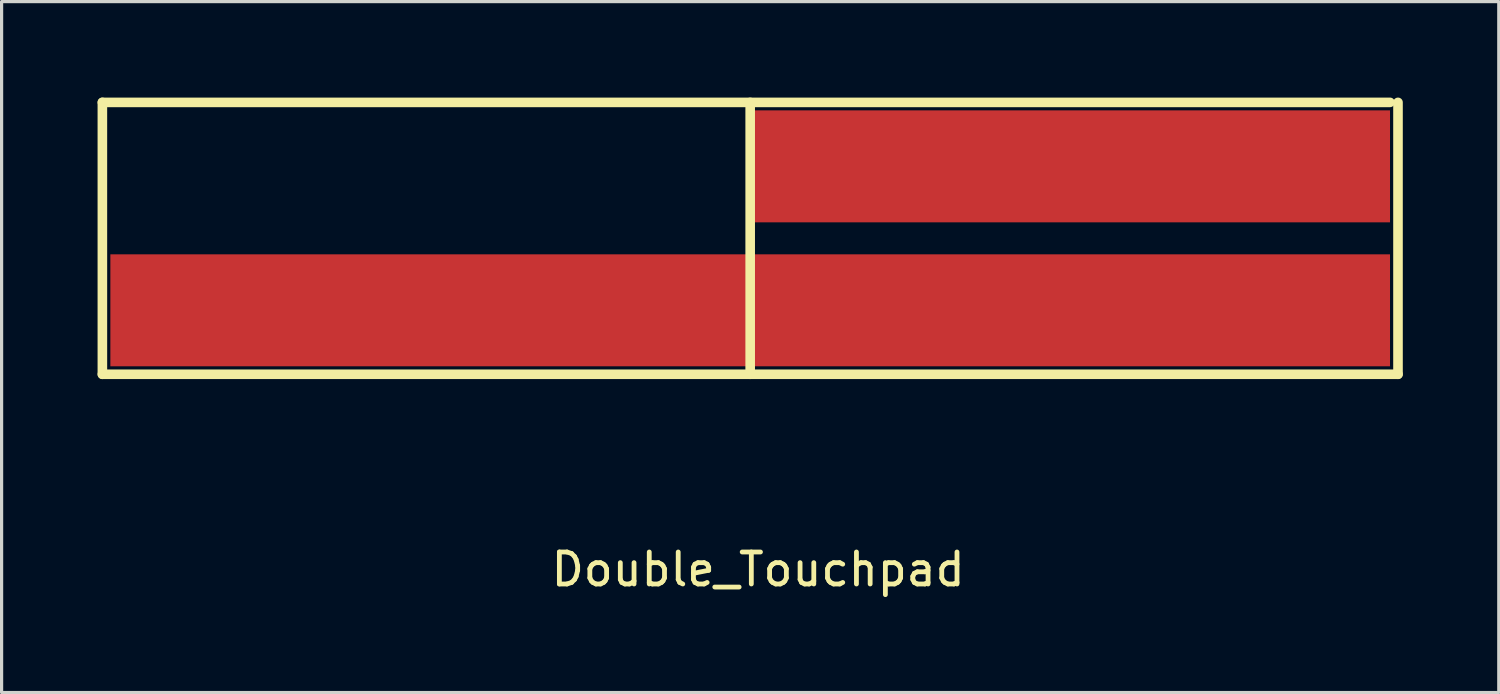
<source format=kicad_pcb>
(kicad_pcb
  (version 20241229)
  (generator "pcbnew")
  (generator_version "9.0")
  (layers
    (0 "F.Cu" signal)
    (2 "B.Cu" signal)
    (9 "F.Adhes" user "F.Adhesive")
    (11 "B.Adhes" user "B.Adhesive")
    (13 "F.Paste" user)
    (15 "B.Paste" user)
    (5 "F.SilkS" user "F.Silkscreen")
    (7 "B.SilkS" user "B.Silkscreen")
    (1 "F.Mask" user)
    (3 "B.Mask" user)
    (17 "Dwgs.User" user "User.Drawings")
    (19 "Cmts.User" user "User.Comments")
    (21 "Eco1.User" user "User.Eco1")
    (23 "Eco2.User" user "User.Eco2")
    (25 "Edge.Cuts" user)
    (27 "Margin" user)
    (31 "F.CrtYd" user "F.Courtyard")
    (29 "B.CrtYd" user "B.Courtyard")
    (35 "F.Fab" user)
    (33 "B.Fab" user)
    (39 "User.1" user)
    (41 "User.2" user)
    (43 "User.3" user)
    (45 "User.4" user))
  (footprint "Double_Touchpad"
    (layer "F.Cu")
    (at 20.4 4.4)
    (property "Reference" "Double_Touchpad" (at 0.25 10.35 0) (unlocked yes) (layer "F.SilkS") (effects (font (size 1 1) (thickness 0.15))))
    (attr smd)
    (fp_line (start -20.25 -4.25) (end -20.25 4.25) (stroke (width 0.3) (type solid)) (layer "F.SilkS"))
    (fp_line (start 0 -4.25) (end 0 4.25) (stroke (width 0.3) (type solid)) (layer "F.SilkS"))
    (fp_line (start 20 -4.25) (end -20.25 -4.25) (stroke (width 0.3) (type solid)) (layer "F.SilkS"))
    (fp_line (start 20.25 -4.25) (end 20.25 4.25) (stroke (width 0.3) (type solid)) (layer "F.SilkS"))
    (fp_line (start 20.25 4.25) (end -20.25 4.25) (stroke (width 0.3) (type solid)) (layer "F.SilkS"))
    (pad "1" smd custom (at 1.8 -1.95) (size 1.524 1.524) (layers "F.Cu") (options (anchor rect)) (primitives (gr_poly (pts (xy 18.2 1.45) (xy -1.8 1.45) (xy -1.8 -2.05) (xy 18.2 -2.05)) (width 0) (fill yes))))
    (pad "2" smd custom (at 1.8 3) (size 1.524 1.524) (layers "F.Cu") (options (anchor rect)) (primitives (gr_poly (pts (xy 18.2 1) (xy -21.8 1) (xy -21.8 -2.5) (xy 18.2 -2.5)) (width 0) (fill yes)))))
  (gr_rect
    (start -3 -3)
    (end 43.8 18.598)
    (stroke (width 0.1) (type default))
    (fill no)
    (layer "Edge.Cuts")))
</source>
